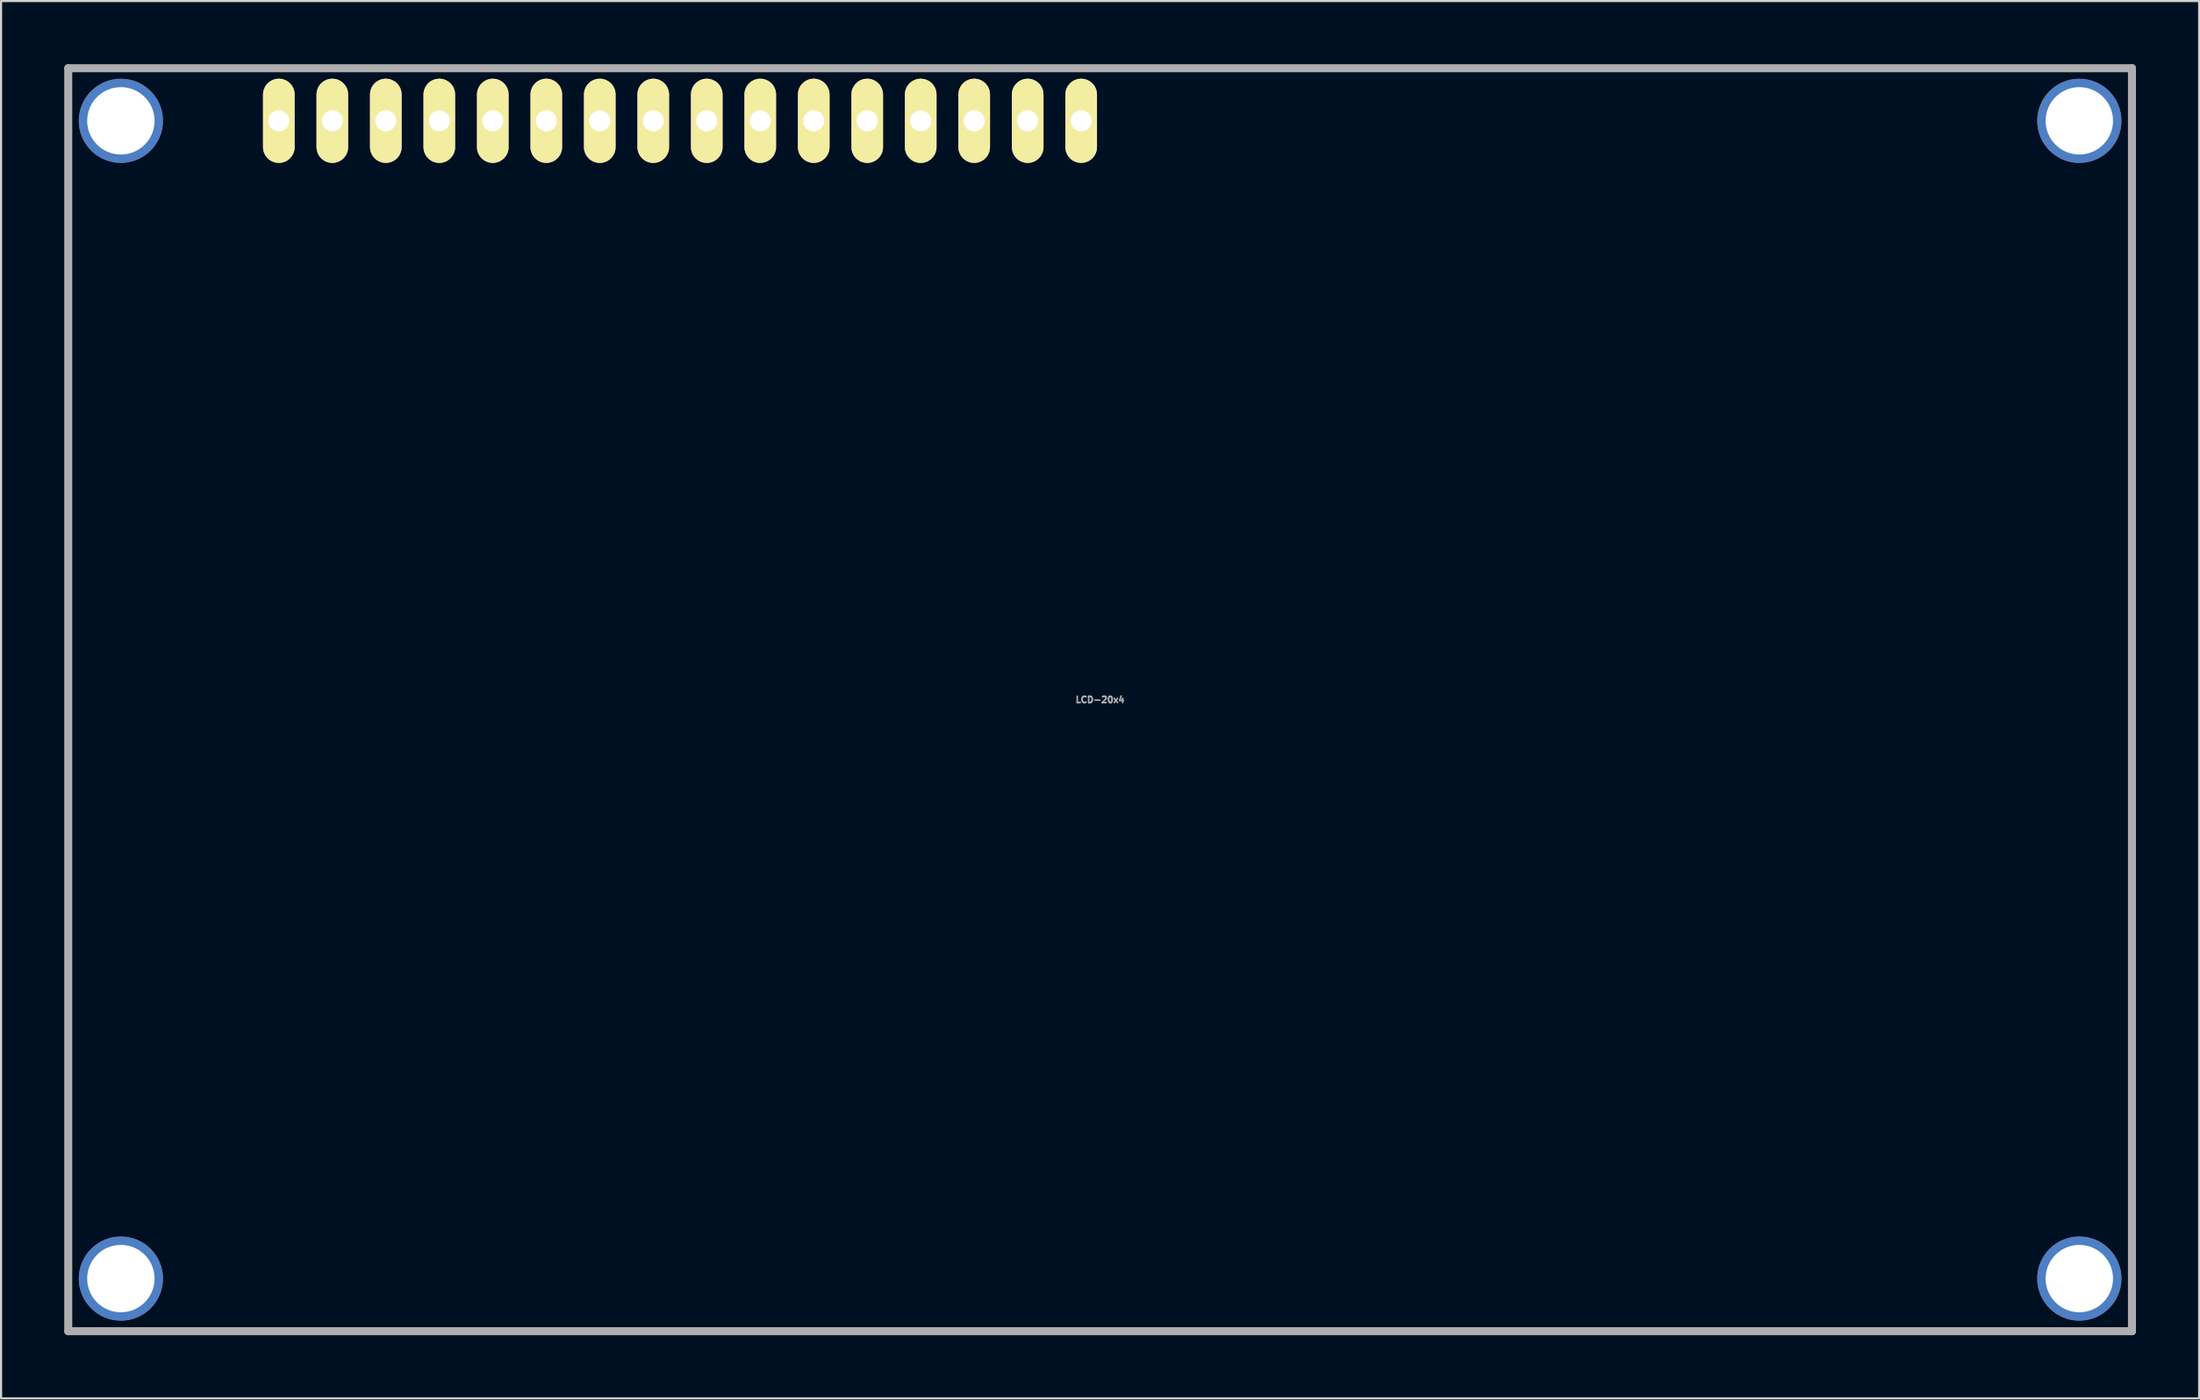
<source format=kicad_pcb>
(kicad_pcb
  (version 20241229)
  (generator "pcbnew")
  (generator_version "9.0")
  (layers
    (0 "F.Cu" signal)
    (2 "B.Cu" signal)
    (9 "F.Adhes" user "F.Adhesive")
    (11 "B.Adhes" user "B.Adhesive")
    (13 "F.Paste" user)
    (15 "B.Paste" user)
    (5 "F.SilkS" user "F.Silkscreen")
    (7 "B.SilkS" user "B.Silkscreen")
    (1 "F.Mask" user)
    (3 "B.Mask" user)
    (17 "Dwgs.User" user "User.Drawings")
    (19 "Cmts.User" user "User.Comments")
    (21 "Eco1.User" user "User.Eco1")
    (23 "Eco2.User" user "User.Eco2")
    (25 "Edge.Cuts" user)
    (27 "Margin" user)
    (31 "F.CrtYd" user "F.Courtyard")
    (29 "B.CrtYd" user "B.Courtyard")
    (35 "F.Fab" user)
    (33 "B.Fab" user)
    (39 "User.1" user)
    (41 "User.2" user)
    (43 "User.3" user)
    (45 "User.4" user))
  (footprint "LCD-20x4"
    (layer "F.Cu")
    (at 49.19 30.19)
    (property "Reference" "LCD-20x4" (at 0 0 0) (layer "F.Fab") (effects (font (size 0.3 0.3) (thickness 0.075))))
    (attr smd)
    (fp_line (start -48.999 -30) (end 48.999 -30) (stroke (width 0.381) (type solid)) (layer "F.Fab"))
    (fp_line (start -48.999 30) (end -48.999 -30) (stroke (width 0.381) (type solid)) (layer "F.Fab"))
    (fp_line (start 48.999 -30) (end 48.999 30) (stroke (width 0.381) (type solid)) (layer "F.Fab"))
    (fp_line (start 48.999 30) (end -48.999 30) (stroke (width 0.381) (type solid)) (layer "F.Fab"))
    (fp_circle (center -46.5 -27.501) (end -46.5 -27.475) (stroke (width 0.381) (type solid)) (fill no) (layer "F.Fab"))
    (fp_circle (center -46.5 27.501) (end -46.474 27.526) (stroke (width 0.381) (type solid)) (fill no) (layer "F.Fab"))
    (fp_circle (center 46.5 -27.501) (end 46.5 -27.475) (stroke (width 0.381) (type solid)) (fill no) (layer "F.Fab"))
    (fp_circle (center 46.5 27.501) (end 46.5 27.526) (stroke (width 0.381) (type solid)) (fill no) (layer "F.Fab"))
    (pad "1" thru_hole oval (at -38.999 -27.501) (size 1.501 4) (drill 1.001) (layers "*.Cu" "*.Mask" "F.SilkS"))
    (pad "2" thru_hole oval (at -36.459 -27.501) (size 1.501 4) (drill 1.001) (layers "*.Cu" "*.Mask" "F.SilkS"))
    (pad "3" thru_hole oval (at -33.919 -27.501) (size 1.501 4) (drill 1.001) (layers "*.Cu" "*.Mask" "F.SilkS"))
    (pad "4" thru_hole oval (at -31.379 -27.501) (size 1.501 4) (drill 1.001) (layers "*.Cu" "*.Mask" "F.SilkS"))
    (pad "5" thru_hole oval (at -28.839 -27.501) (size 1.501 4) (drill 1.001) (layers "*.Cu" "*.Mask" "F.SilkS"))
    (pad "6" thru_hole oval (at -26.299 -27.501) (size 1.501 4) (drill 1.001) (layers "*.Cu" "*.Mask" "F.SilkS"))
    (pad "7" thru_hole oval (at -23.759 -27.501) (size 1.501 4) (drill 1.001) (layers "*.Cu" "*.Mask" "F.SilkS"))
    (pad "8" thru_hole oval (at -21.219 -27.501) (size 1.501 4) (drill 1.001) (layers "*.Cu" "*.Mask" "F.SilkS"))
    (pad "9" thru_hole oval (at -18.679 -27.501) (size 1.501 4) (drill 1.001) (layers "*.Cu" "*.Mask" "F.SilkS"))
    (pad "10" thru_hole oval (at -16.139 -27.501) (size 1.501 4) (drill 1.001) (layers "*.Cu" "*.Mask" "F.SilkS"))
    (pad "11" thru_hole oval (at -13.599 -27.501) (size 1.501 4) (drill 1.001) (layers "*.Cu" "*.Mask" "F.SilkS"))
    (pad "12" thru_hole oval (at -11.059 -27.501) (size 1.501 4) (drill 1.001) (layers "*.Cu" "*.Mask" "F.SilkS"))
    (pad "13" thru_hole oval (at -8.519 -27.501) (size 1.501 4) (drill 1.001) (layers "*.Cu" "*.Mask" "F.SilkS"))
    (pad "14" thru_hole oval (at -5.979 -27.501) (size 1.501 4) (drill 1.001) (layers "*.Cu" "*.Mask" "F.SilkS"))
    (pad "15" thru_hole oval (at -3.439 -27.501) (size 1.501 4) (drill 1.001) (layers "*.Cu" "*.Mask" "F.SilkS"))
    (pad "16" thru_hole oval (at -0.899 -27.501) (size 1.501 4) (drill 1.001) (layers "*.Cu" "*.Mask" "F.SilkS"))
    (pad "~" thru_hole circle (at -46.5 -27.5) (size 4 4) (drill 3.2) (layers "*.Cu" "*.Mask"))
    (pad "~" thru_hole circle (at -46.5 27.5) (size 4 4) (drill 3.2) (layers "*.Cu" "*.Mask"))
    (pad "~" thru_hole circle (at 46.5 -27.5) (size 4 4) (drill 3.2) (layers "*.Cu" "*.Mask"))
    (pad "~" thru_hole circle (at 46.5 27.5) (size 4 4) (drill 3.2) (layers "*.Cu" "*.Mask")))
  (gr_rect
    (start -3 -3)
    (end 101.379 63.381)
    (stroke (width 0.1) (type default))
    (fill no)
    (layer "Edge.Cuts")))
</source>
